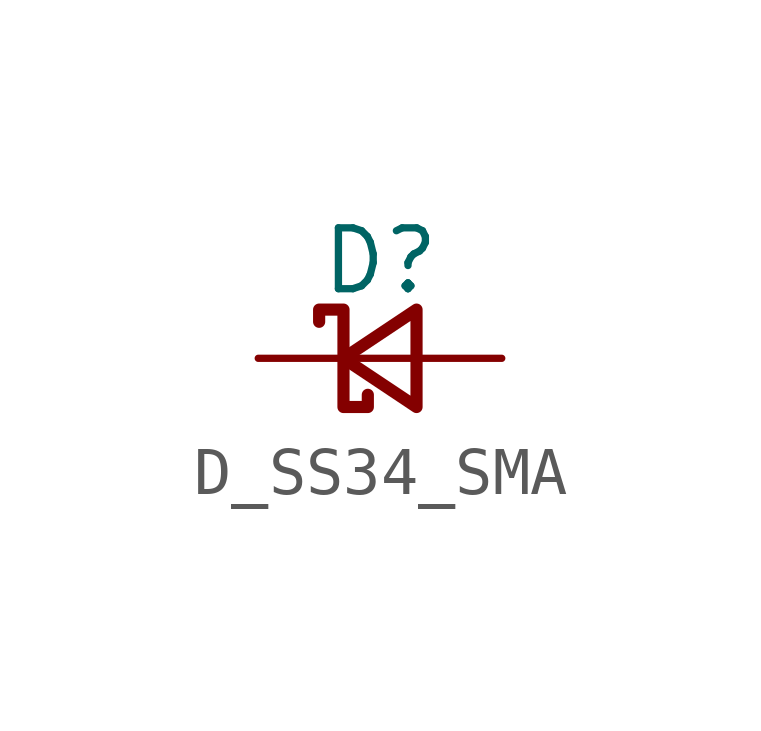
<source format=kicad_sym>
(kicad_symbol_lib
  (version 20220914)
  (generator kicad_symbol_editor)
  (symbol "D_SS34_SMA"
    (pin_numbers hide)
    (pin_names
      (offset 0.254) hide)
    (property "Reference" "D"
      (at -1.27 2.032 0)
      (effects (font (size 1.27 1.27)) (justify left)))
    (symbol "D_SS34_SMA_0_1"
      (polyline (pts (xy -0.762 0) (xy 0.762 0)) (stroke (width 0) (type default)) (fill (type none)))
      (polyline (pts (xy 0.762 -1.016) (xy -0.762 0) (xy 0.762 1.016) (xy 0.762 -1.016)) (stroke (width 0.254) (type default)) (fill (type none)))
      (polyline (pts (xy -1.27 0.762) (xy -1.27 1.016) (xy -0.762 1.016) (xy -0.762 -1.016) (xy -0.254 -1.016) (xy -0.254 -0.762)) (stroke (width 0.254) (type default)) (fill (type none))))
    (symbol "D_SS34_SMA_1_1"
      (pin passive line (at -2.54 0 0) (length 1.778) (name "K" (effects (font (size 1.27 1.27)))) (number "1" (effects (font (size 1.27 1.27)))))
      (pin passive line (at 2.54 0 180) (length 1.778) (name "A" (effects (font (size 1.27 1.27)))) (number "2" (effects (font (size 1.27 1.27))))))))
</source>
